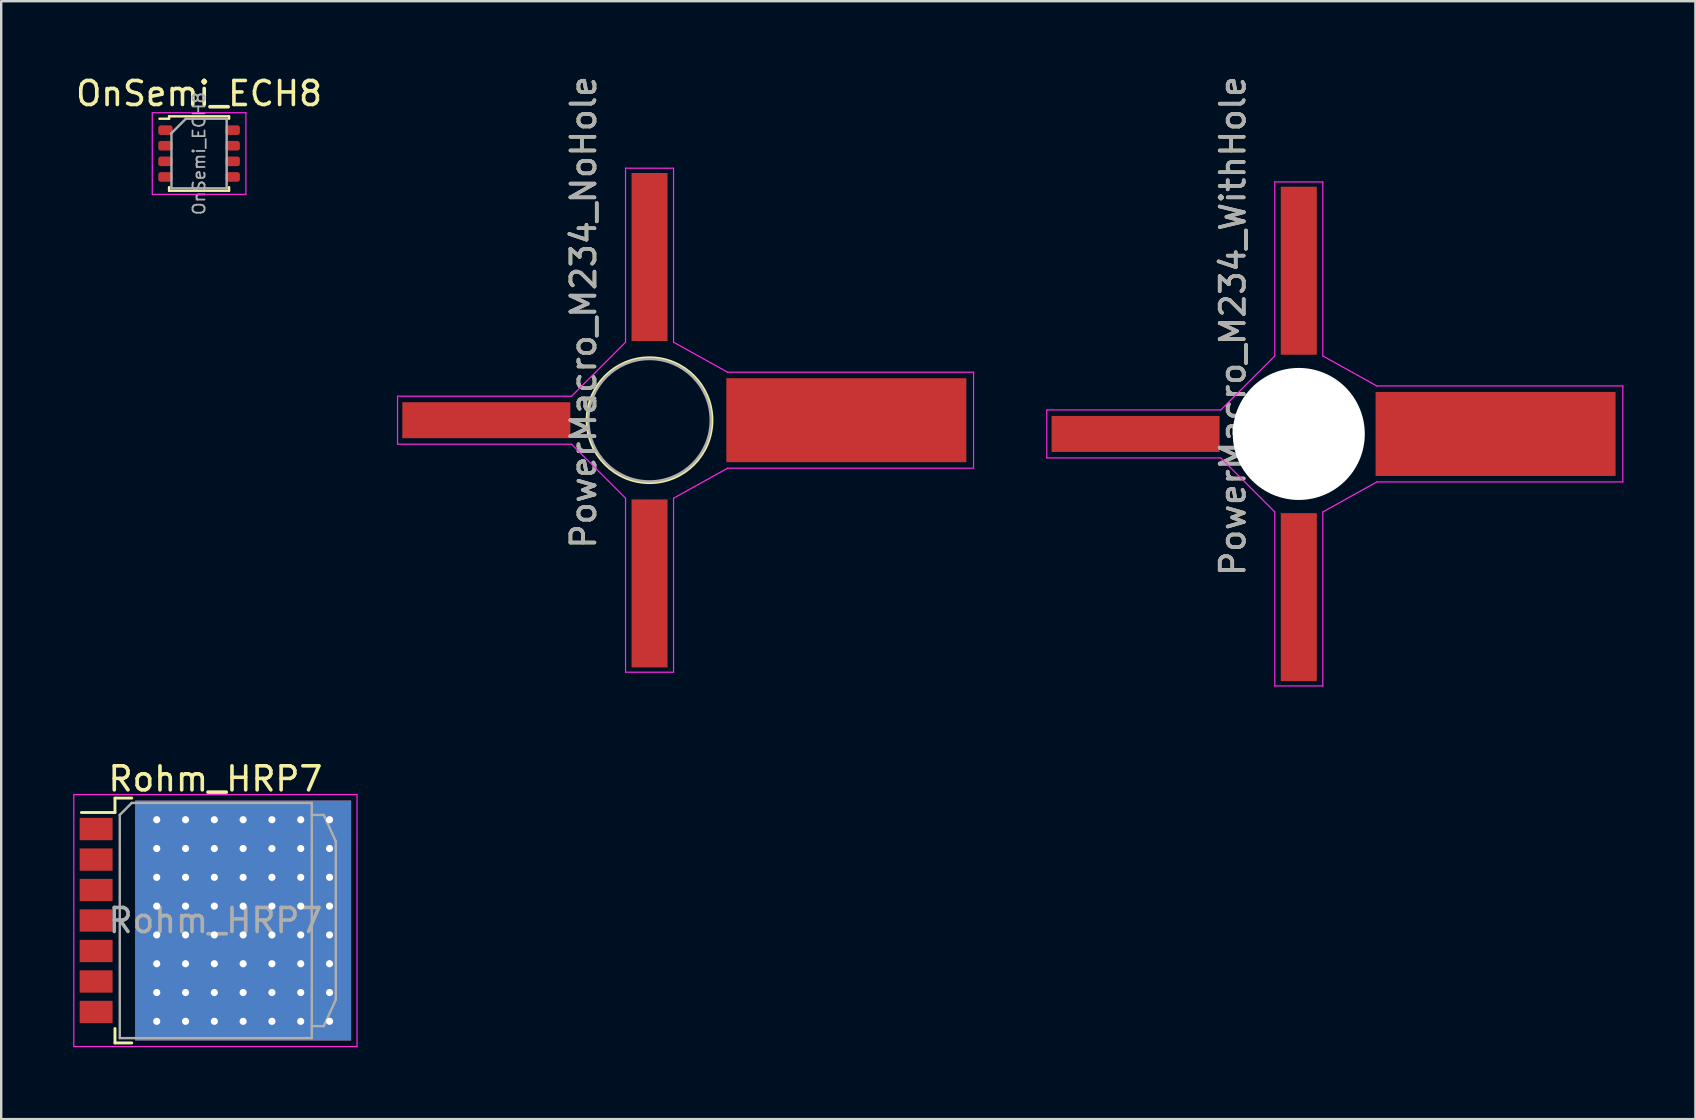
<source format=kicad_pcb>
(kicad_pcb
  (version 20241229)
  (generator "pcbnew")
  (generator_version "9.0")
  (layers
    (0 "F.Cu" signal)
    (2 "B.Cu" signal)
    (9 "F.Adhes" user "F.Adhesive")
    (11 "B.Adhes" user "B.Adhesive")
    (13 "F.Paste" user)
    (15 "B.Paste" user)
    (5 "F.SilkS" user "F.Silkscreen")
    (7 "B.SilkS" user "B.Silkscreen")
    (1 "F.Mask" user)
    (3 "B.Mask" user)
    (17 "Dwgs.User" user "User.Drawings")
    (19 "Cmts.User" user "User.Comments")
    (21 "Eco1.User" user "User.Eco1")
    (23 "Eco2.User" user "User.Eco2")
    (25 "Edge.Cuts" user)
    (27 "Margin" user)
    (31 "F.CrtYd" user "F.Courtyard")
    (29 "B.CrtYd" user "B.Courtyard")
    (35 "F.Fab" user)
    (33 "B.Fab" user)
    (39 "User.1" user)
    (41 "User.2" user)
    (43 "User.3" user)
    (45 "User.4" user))
  (footprint "Rohm_HRP7"
    (layer "F.Cu")
    (at 5.925 35.303)
    (property "Reference" "Rohm_HRP7" (at 0 -5.9 0) (layer "F.SilkS") (effects (font (size 1 1) (thickness 0.15))))
    (attr smd)
    (fp_line (start -5.585 -4.5) (end -4.185 -4.5) (stroke (width 0.12) (type solid)) (layer "F.SilkS"))
    (fp_line (start -4.185 -5.1) (end -3.485 -5.1) (stroke (width 0.12) (type solid)) (layer "F.SilkS"))
    (fp_line (start -4.185 -4.5) (end -4.185 -5.1) (stroke (width 0.12) (type solid)) (layer "F.SilkS"))
    (fp_line (start -4.185 5.1) (end -4.185 4.5) (stroke (width 0.12) (type solid)) (layer "F.SilkS"))
    (fp_line (start -3.485 5.1) (end -4.185 5.1) (stroke (width 0.12) (type solid)) (layer "F.SilkS"))
    (fp_line (start -5.9 -5.25) (end -5.9 5.25) (stroke (width 0.05) (type solid)) (layer "F.CrtYd"))
    (fp_line (start -5.9 -5.25) (end 5.9 -5.25) (stroke (width 0.05) (type solid)) (layer "F.CrtYd"))
    (fp_line (start 5.9 5.25) (end -5.9 5.25) (stroke (width 0.05) (type solid)) (layer "F.CrtYd"))
    (fp_line (start 5.9 5.25) (end 5.9 -5.25) (stroke (width 0.05) (type solid)) (layer "F.CrtYd"))
    (fp_line (start -3.985 -4.4) (end -3.485 -4.9) (stroke (width 0.1) (type solid)) (layer "F.Fab"))
    (fp_line (start -3.985 4.9) (end -3.985 -4.4) (stroke (width 0.1) (type solid)) (layer "F.Fab"))
    (fp_line (start -3.485 -4.9) (end 4.015 -4.9) (stroke (width 0.1) (type solid)) (layer "F.Fab"))
    (fp_line (start 4.015 -4.9) (end 4.015 4.9) (stroke (width 0.1) (type solid)) (layer "F.Fab"))
    (fp_line (start 4.015 -4.4) (end 4.515 -4.4) (stroke (width 0.1) (type solid)) (layer "F.Fab"))
    (fp_line (start 4.015 4.9) (end -3.985 4.9) (stroke (width 0.1) (type solid)) (layer "F.Fab"))
    (fp_line (start 4.515 -4.4) (end 5.015 -3.3) (stroke (width 0.1) (type solid)) (layer "F.Fab"))
    (fp_line (start 4.515 4.4) (end 4.015 4.4) (stroke (width 0.1) (type solid)) (layer "F.Fab"))
    (fp_line (start 5.015 -3.3) (end 5.015 3.3) (stroke (width 0.1) (type solid)) (layer "F.Fab"))
    (fp_line (start 5.015 3.3) (end 4.515 4.4) (stroke (width 0.1) (type solid)) (layer "F.Fab"))
    (fp_text user "${REFERENCE}" (at 0 0 0) (layer "F.Fab") (effects (font (size 1 1) (thickness 0.15))))
    (pad "" smd rect (at -1.095 -2.5) (size 4 4.5) (layers "F.Paste"))
    (pad "" smd rect (at -1.095 2.5) (size 4 4.5) (layers "F.Paste"))
    (pad "" smd rect (at 3.405 -2.5) (size 4 4.5) (layers "F.Paste"))
    (pad "" smd rect (at 3.405 2.5) (size 4 4.5) (layers "F.Paste"))
    (pad "1" smd rect (at -4.97 -3.81) (size 1.37 0.93) (layers "F.Cu" "F.Mask" "F.Paste"))
    (pad "2" smd rect (at -4.97 -2.54) (size 1.37 0.93) (layers "F.Cu" "F.Mask" "F.Paste"))
    (pad "3" smd rect (at -4.97 -1.27) (size 1.37 0.93) (layers "F.Cu" "F.Mask" "F.Paste"))
    (pad "4" smd rect (at -4.97 0) (size 1.37 0.93) (layers "F.Cu" "F.Mask" "F.Paste"))
    (pad "4" thru_hole circle (at -2.445 -4.2) (size 0.6 0.6) (drill 0.3) (layers "*.Cu"))
    (pad "4" thru_hole circle (at -2.445 -3) (size 0.6 0.6) (drill 0.3) (layers "*.Cu"))
    (pad "4" thru_hole circle (at -2.445 -1.8) (size 0.6 0.6) (drill 0.3) (layers "*.Cu"))
    (pad "4" thru_hole circle (at -2.445 -0.6) (size 0.6 0.6) (drill 0.3) (layers "*.Cu"))
    (pad "4" thru_hole circle (at -2.445 0.6) (size 0.6 0.6) (drill 0.3) (layers "*.Cu"))
    (pad "4" thru_hole circle (at -2.445 1.8) (size 0.6 0.6) (drill 0.3) (layers "*.Cu"))
    (pad "4" thru_hole circle (at -2.445 3) (size 0.6 0.6) (drill 0.3) (layers "*.Cu"))
    (pad "4" thru_hole circle (at -2.445 4.2) (size 0.6 0.6) (drill 0.3) (layers "*.Cu"))
    (pad "4" thru_hole circle (at -1.245 -4.2) (size 0.6 0.6) (drill 0.3) (layers "*.Cu"))
    (pad "4" thru_hole circle (at -1.245 -3) (size 0.6 0.6) (drill 0.3) (layers "*.Cu"))
    (pad "4" thru_hole circle (at -1.245 -1.8) (size 0.6 0.6) (drill 0.3) (layers "*.Cu"))
    (pad "4" thru_hole circle (at -1.245 -0.6) (size 0.6 0.6) (drill 0.3) (layers "*.Cu"))
    (pad "4" thru_hole circle (at -1.245 0.6) (size 0.6 0.6) (drill 0.3) (layers "*.Cu"))
    (pad "4" thru_hole circle (at -1.245 1.8) (size 0.6 0.6) (drill 0.3) (layers "*.Cu"))
    (pad "4" thru_hole circle (at -1.245 3) (size 0.6 0.6) (drill 0.3) (layers "*.Cu"))
    (pad "4" thru_hole circle (at -1.245 4.2) (size 0.6 0.6) (drill 0.3) (layers "*.Cu"))
    (pad "4" thru_hole circle (at -0.045 -4.2) (size 0.6 0.6) (drill 0.3) (layers "*.Cu"))
    (pad "4" thru_hole circle (at -0.045 -3) (size 0.6 0.6) (drill 0.3) (layers "*.Cu"))
    (pad "4" thru_hole circle (at -0.045 -1.8) (size 0.6 0.6) (drill 0.3) (layers "*.Cu"))
    (pad "4" thru_hole circle (at -0.045 -0.6) (size 0.6 0.6) (drill 0.3) (layers "*.Cu"))
    (pad "4" thru_hole circle (at -0.045 0.6) (size 0.6 0.6) (drill 0.3) (layers "*.Cu"))
    (pad "4" thru_hole circle (at -0.045 1.8) (size 0.6 0.6) (drill 0.3) (layers "*.Cu"))
    (pad "4" thru_hole circle (at -0.045 3) (size 0.6 0.6) (drill 0.3) (layers "*.Cu"))
    (pad "4" thru_hole circle (at -0.045 4.2) (size 0.6 0.6) (drill 0.3) (layers "*.Cu"))
    (pad "4" thru_hole circle (at 1.155 -4.2) (size 0.6 0.6) (drill 0.3) (layers "*.Cu"))
    (pad "4" thru_hole circle (at 1.155 -3) (size 0.6 0.6) (drill 0.3) (layers "*.Cu"))
    (pad "4" thru_hole circle (at 1.155 -1.8) (size 0.6 0.6) (drill 0.3) (layers "*.Cu"))
    (pad "4" thru_hole circle (at 1.155 -0.6) (size 0.6 0.6) (drill 0.3) (layers "*.Cu"))
    (pad "4" smd rect (at 1.155 0) (size 9 10) (layers "F.Cu" "F.Mask"))
    (pad "4" smd rect (at 1.155 0) (size 9 10) (layers "B.Cu"))
    (pad "4" thru_hole circle (at 1.155 0.6) (size 0.6 0.6) (drill 0.3) (layers "*.Cu"))
    (pad "4" thru_hole circle (at 1.155 1.8) (size 0.6 0.6) (drill 0.3) (layers "*.Cu"))
    (pad "4" thru_hole circle (at 1.155 3) (size 0.6 0.6) (drill 0.3) (layers "*.Cu"))
    (pad "4" thru_hole circle (at 1.155 4.2) (size 0.6 0.6) (drill 0.3) (layers "*.Cu"))
    (pad "4" thru_hole circle (at 2.355 -4.2) (size 0.6 0.6) (drill 0.3) (layers "*.Cu"))
    (pad "4" thru_hole circle (at 2.355 -3) (size 0.6 0.6) (drill 0.3) (layers "*.Cu"))
    (pad "4" thru_hole circle (at 2.355 -1.8) (size 0.6 0.6) (drill 0.3) (layers "*.Cu"))
    (pad "4" thru_hole circle (at 2.355 -0.6) (size 0.6 0.6) (drill 0.3) (layers "*.Cu"))
    (pad "4" thru_hole circle (at 2.355 0.6) (size 0.6 0.6) (drill 0.3) (layers "*.Cu"))
    (pad "4" thru_hole circle (at 2.355 1.8) (size 0.6 0.6) (drill 0.3) (layers "*.Cu"))
    (pad "4" thru_hole circle (at 2.355 3) (size 0.6 0.6) (drill 0.3) (layers "*.Cu"))
    (pad "4" thru_hole circle (at 2.355 4.2) (size 0.6 0.6) (drill 0.3) (layers "*.Cu"))
    (pad "4" thru_hole circle (at 3.555 -4.2) (size 0.6 0.6) (drill 0.3) (layers "*.Cu"))
    (pad "4" thru_hole circle (at 3.555 -3) (size 0.6 0.6) (drill 0.3) (layers "*.Cu"))
    (pad "4" thru_hole circle (at 3.555 -1.8) (size 0.6 0.6) (drill 0.3) (layers "*.Cu"))
    (pad "4" thru_hole circle (at 3.555 -0.6) (size 0.6 0.6) (drill 0.3) (layers "*.Cu"))
    (pad "4" thru_hole circle (at 3.555 0.6) (size 0.6 0.6) (drill 0.3) (layers "*.Cu"))
    (pad "4" thru_hole circle (at 3.555 1.8) (size 0.6 0.6) (drill 0.3) (layers "*.Cu"))
    (pad "4" thru_hole circle (at 3.555 3) (size 0.6 0.6) (drill 0.3) (layers "*.Cu"))
    (pad "4" thru_hole circle (at 3.555 4.2) (size 0.6 0.6) (drill 0.3) (layers "*.Cu"))
    (pad "4" thru_hole circle (at 4.755 -4.2) (size 0.6 0.6) (drill 0.3) (layers "*.Cu"))
    (pad "4" thru_hole circle (at 4.755 -3) (size 0.6 0.6) (drill 0.3) (layers "*.Cu"))
    (pad "4" thru_hole circle (at 4.755 -1.8) (size 0.6 0.6) (drill 0.3) (layers "*.Cu"))
    (pad "4" thru_hole circle (at 4.755 -0.6) (size 0.6 0.6) (drill 0.3) (layers "*.Cu"))
    (pad "4" thru_hole circle (at 4.755 0.6) (size 0.6 0.6) (drill 0.3) (layers "*.Cu"))
    (pad "4" thru_hole circle (at 4.755 1.8) (size 0.6 0.6) (drill 0.3) (layers "*.Cu"))
    (pad "4" thru_hole circle (at 4.755 3) (size 0.6 0.6) (drill 0.3) (layers "*.Cu"))
    (pad "4" thru_hole circle (at 4.755 4.2) (size 0.6 0.6) (drill 0.3) (layers "*.Cu"))
    (pad "5" smd rect (at -4.97 1.27) (size 1.37 0.93) (layers "F.Cu" "F.Mask" "F.Paste"))
    (pad "6" smd rect (at -4.97 2.54) (size 1.37 0.93) (layers "F.Cu" "F.Mask" "F.Paste"))
    (pad "7" smd rect (at -4.97 3.81) (size 1.37 0.93) (layers "F.Cu" "F.Mask" "F.Paste")))
  (footprint "OnSemi_ECH8"
    (layer "F.Cu")
    (at 5.244 3.348)
    (property "Reference" "OnSemi_ECH8" (at 0 -2.5 0) (layer "F.SilkS") (effects (font (size 1 1) (thickness 0.15))))
    (attr smd)
    (fp_line (start -1.65 -1.45) (end -1.25 -1.45) (stroke (width 0.1) (type solid)) (layer "F.SilkS"))
    (fp_line (start -1.25 -1.55) (end 1.25 -1.55) (stroke (width 0.1) (type solid)) (layer "F.SilkS"))
    (fp_line (start -1.25 -1.45) (end -1.25 -1.55) (stroke (width 0.1) (type solid)) (layer "F.SilkS"))
    (fp_line (start -1.25 1.4) (end -1.25 1.55) (stroke (width 0.1) (type solid)) (layer "F.SilkS"))
    (fp_line (start -1.25 1.55) (end 1.25 1.55) (stroke (width 0.1) (type solid)) (layer "F.SilkS"))
    (fp_line (start 1.25 -1.55) (end 1.25 -1.45) (stroke (width 0.1) (type solid)) (layer "F.SilkS"))
    (fp_line (start 1.25 1.55) (end 1.25 1.4) (stroke (width 0.1) (type solid)) (layer "F.SilkS"))
    (fp_line (start -1.95 -1.7) (end -1.95 1.7) (stroke (width 0.05) (type solid)) (layer "F.CrtYd"))
    (fp_line (start -1.95 1.7) (end 1.95 1.7) (stroke (width 0.05) (type solid)) (layer "F.CrtYd"))
    (fp_line (start 1.95 -1.7) (end -1.95 -1.7) (stroke (width 0.05) (type solid)) (layer "F.CrtYd"))
    (fp_line (start 1.95 1.7) (end 1.95 -1.7) (stroke (width 0.05) (type solid)) (layer "F.CrtYd"))
    (fp_line (start -1.15 -0.85) (end -0.55 -1.45) (stroke (width 0.1) (type solid)) (layer "F.Fab"))
    (fp_line (start -1.15 1.45) (end -1.15 -0.85) (stroke (width 0.1) (type solid)) (layer "F.Fab"))
    (fp_line (start -0.55 -1.45) (end 1.15 -1.45) (stroke (width 0.1) (type solid)) (layer "F.Fab"))
    (fp_line (start 1.15 -1.45) (end 1.15 1.45) (stroke (width 0.1) (type solid)) (layer "F.Fab"))
    (fp_line (start 1.15 1.45) (end -1.15 1.45) (stroke (width 0.1) (type solid)) (layer "F.Fab"))
    (fp_text user "${REFERENCE}" (at 0 0 270) (layer "F.Fab") (effects (font (size 0.5 0.5) (thickness 0.075))))
    (pad "1" smd roundrect (at -1.4 -0.975 270) (size 0.4 0.6) (layers "F.Cu" "F.Mask" "F.Paste") (roundrect_rratio 0.25))
    (pad "2" smd roundrect (at -1.4 -0.325 270) (size 0.4 0.6) (layers "F.Cu" "F.Mask" "F.Paste") (roundrect_rratio 0.25))
    (pad "3" smd roundrect (at -1.4 0.325 270) (size 0.4 0.6) (layers "F.Cu" "F.Mask" "F.Paste") (roundrect_rratio 0.25))
    (pad "4" smd roundrect (at -1.4 0.975 270) (size 0.4 0.6) (layers "F.Cu" "F.Mask" "F.Paste") (roundrect_rratio 0.25))
    (pad "5" smd roundrect (at 1.4 0.975 270) (size 0.4 0.6) (layers "F.Cu" "F.Mask" "F.Paste") (roundrect_rratio 0.25))
    (pad "6" smd roundrect (at 1.4 0.325 270) (size 0.4 0.6) (layers "F.Cu" "F.Mask" "F.Paste") (roundrect_rratio 0.25))
    (pad "7" smd roundrect (at 1.4 -0.325 270) (size 0.4 0.6) (layers "F.Cu" "F.Mask" "F.Paste") (roundrect_rratio 0.25))
    (pad "8" smd roundrect (at 1.4 -0.975 270) (size 0.4 0.6) (layers "F.Cu" "F.Mask" "F.Paste") (roundrect_rratio 0.25)))
  (footprint "PowerMacro_M234_WithHole"
    (layer "F.Cu")
    (at 51.763 15.03)
    (property "Reference" "PowerMacro_M234_WithHole" (at -3.45 -4.5 90) (layer "F.SilkS") (effects (font (size 1 1) (thickness 0.15))))
    (attr smd)
    (fp_line (start -11.2 -1) (end -11.2 1) (stroke (width 0.05) (type solid)) (layer "F.CrtYd"))
    (fp_line (start -11.2 1) (end -3.95 1) (stroke (width 0.05) (type solid)) (layer "F.CrtYd"))
    (fp_line (start -3.95 -1) (end -11.2 -1) (stroke (width 0.05) (type solid)) (layer "F.CrtYd"))
    (fp_line (start -3.95 1) (end -1.7 3.25) (stroke (width 0.05) (type solid)) (layer "F.CrtYd"))
    (fp_line (start -1.7 -10.5) (end -1.7 -3.25) (stroke (width 0.05) (type solid)) (layer "F.CrtYd"))
    (fp_line (start -1.7 -3.25) (end -3.95 -1) (stroke (width 0.05) (type solid)) (layer "F.CrtYd"))
    (fp_line (start -1.7 3.25) (end -1.7 10.5) (stroke (width 0.05) (type solid)) (layer "F.CrtYd"))
    (fp_line (start -1.7 10.5) (end 0.3 10.5) (stroke (width 0.05) (type solid)) (layer "F.CrtYd"))
    (fp_line (start 0.3 -10.5) (end -1.7 -10.5) (stroke (width 0.05) (type solid)) (layer "F.CrtYd"))
    (fp_line (start 0.3 -3.25) (end 0.3 -10.5) (stroke (width 0.05) (type solid)) (layer "F.CrtYd"))
    (fp_line (start 0.3 3.25) (end 2.55 2) (stroke (width 0.05) (type solid)) (layer "F.CrtYd"))
    (fp_line (start 0.3 10.5) (end 0.3 3.25) (stroke (width 0.05) (type solid)) (layer "F.CrtYd"))
    (fp_line (start 2.55 -2) (end 0.3 -3.25) (stroke (width 0.05) (type solid)) (layer "F.CrtYd"))
    (fp_line (start 2.55 2) (end 12.8 2) (stroke (width 0.05) (type solid)) (layer "F.CrtYd"))
    (fp_line (start 12.8 -2) (end 2.55 -2) (stroke (width 0.05) (type solid)) (layer "F.CrtYd"))
    (fp_line (start 12.8 2) (end 12.8 -2) (stroke (width 0.05) (type solid)) (layer "F.CrtYd"))
    (fp_circle (center -0.7 0) (end -0.7 -2.55) (stroke (width 0.1) (type solid)) (fill no) (layer "F.Fab"))
    (fp_text user "${REFERENCE}" (at -3.45 -4.5 90) (layer "F.Fab") (effects (font (size 1 1) (thickness 0.15))))
    (pad "" np_thru_hole circle (at -0.7 0 90) (size 5.5 5.5) (drill 5.5) (layers "*.Cu" "*.Mask"))
    (pad "1" smd rect (at -7.5 0 90) (size 1.5 7) (layers "F.Cu" "F.Mask" "F.Paste"))
    (pad "2" smd rect (at -0.7 6.8 90) (size 7 1.5) (layers "F.Cu" "F.Mask" "F.Paste"))
    (pad "3" smd rect (at 7.5 0 90) (size 3.5 10) (layers "F.Cu" "F.Mask" "F.Paste"))
    (pad "4" smd rect (at -0.7 -6.8 90) (size 7 1.5) (layers "F.Cu" "F.Mask" "F.Paste")))
  (footprint "PowerMacro_M234_NoHole"
    (layer "F.Cu")
    (at 24.713 14.458)
    (property "Reference" "PowerMacro_M234_NoHole" (at -3.45 -4.5 90) (layer "F.SilkS") (effects (font (size 1 1) (thickness 0.15))))
    (attr smd)
    (fp_circle (center -0.7 0) (end -0.7 -2.6) (stroke (width 0.12) (type solid)) (fill no) (layer "F.SilkS"))
    (fp_line (start -11.2 -1) (end -11.2 1) (stroke (width 0.05) (type solid)) (layer "F.CrtYd"))
    (fp_line (start -11.2 1) (end -3.95 1) (stroke (width 0.05) (type solid)) (layer "F.CrtYd"))
    (fp_line (start -3.95 -1) (end -11.2 -1) (stroke (width 0.05) (type solid)) (layer "F.CrtYd"))
    (fp_line (start -3.95 1) (end -1.7 3.25) (stroke (width 0.05) (type solid)) (layer "F.CrtYd"))
    (fp_line (start -1.7 -10.5) (end -1.7 -3.25) (stroke (width 0.05) (type solid)) (layer "F.CrtYd"))
    (fp_line (start -1.7 -3.25) (end -3.95 -1) (stroke (width 0.05) (type solid)) (layer "F.CrtYd"))
    (fp_line (start -1.7 3.25) (end -1.7 10.5) (stroke (width 0.05) (type solid)) (layer "F.CrtYd"))
    (fp_line (start -1.7 10.5) (end 0.3 10.5) (stroke (width 0.05) (type solid)) (layer "F.CrtYd"))
    (fp_line (start 0.3 -10.5) (end -1.7 -10.5) (stroke (width 0.05) (type solid)) (layer "F.CrtYd"))
    (fp_line (start 0.3 -3.25) (end 0.3 -10.5) (stroke (width 0.05) (type solid)) (layer "F.CrtYd"))
    (fp_line (start 0.3 3.25) (end 2.55 2) (stroke (width 0.05) (type solid)) (layer "F.CrtYd"))
    (fp_line (start 0.3 10.5) (end 0.3 3.25) (stroke (width 0.05) (type solid)) (layer "F.CrtYd"))
    (fp_line (start 2.55 -2) (end 0.3 -3.25) (stroke (width 0.05) (type solid)) (layer "F.CrtYd"))
    (fp_line (start 2.55 2) (end 12.8 2) (stroke (width 0.05) (type solid)) (layer "F.CrtYd"))
    (fp_line (start 12.8 -2) (end 2.55 -2) (stroke (width 0.05) (type solid)) (layer "F.CrtYd"))
    (fp_line (start 12.8 2) (end 12.8 -2) (stroke (width 0.05) (type solid)) (layer "F.CrtYd"))
    (fp_circle (center -0.7 0) (end -0.7 -2.55) (stroke (width 0.1) (type solid)) (fill no) (layer "F.Fab"))
    (fp_text user "${REFERENCE}" (at -3.45 -4.5 90) (layer "F.Fab") (effects (font (size 1 1) (thickness 0.15))))
    (pad "1" smd rect (at -7.5 0 90) (size 1.5 7) (layers "F.Cu" "F.Mask" "F.Paste"))
    (pad "2" smd rect (at -0.7 6.8 90) (size 7 1.5) (layers "F.Cu" "F.Mask" "F.Paste"))
    (pad "3" smd rect (at 7.5 0 90) (size 3.5 10) (layers "F.Cu" "F.Mask" "F.Paste"))
    (pad "4" smd rect (at -0.7 -6.8 90) (size 7 1.5) (layers "F.Cu" "F.Mask" "F.Paste")))
  (gr_rect
    (start -3 -3)
    (end 67.588 43.578)
    (stroke (width 0.1) (type default))
    (fill no)
    (layer "Edge.Cuts")))
</source>
